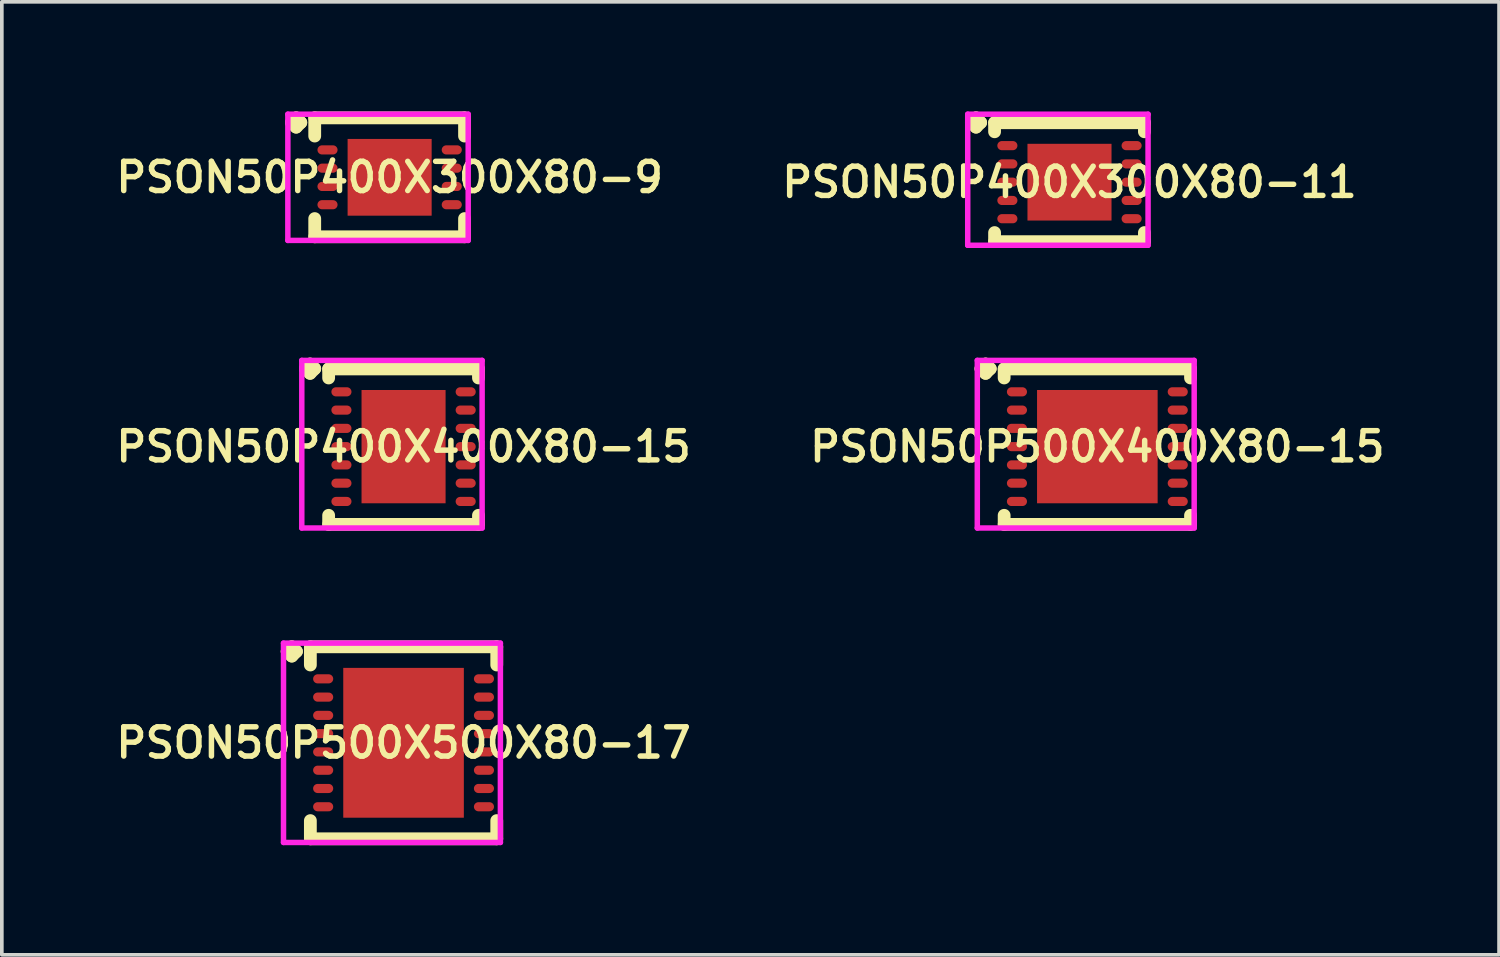
<source format=kicad_pcb>
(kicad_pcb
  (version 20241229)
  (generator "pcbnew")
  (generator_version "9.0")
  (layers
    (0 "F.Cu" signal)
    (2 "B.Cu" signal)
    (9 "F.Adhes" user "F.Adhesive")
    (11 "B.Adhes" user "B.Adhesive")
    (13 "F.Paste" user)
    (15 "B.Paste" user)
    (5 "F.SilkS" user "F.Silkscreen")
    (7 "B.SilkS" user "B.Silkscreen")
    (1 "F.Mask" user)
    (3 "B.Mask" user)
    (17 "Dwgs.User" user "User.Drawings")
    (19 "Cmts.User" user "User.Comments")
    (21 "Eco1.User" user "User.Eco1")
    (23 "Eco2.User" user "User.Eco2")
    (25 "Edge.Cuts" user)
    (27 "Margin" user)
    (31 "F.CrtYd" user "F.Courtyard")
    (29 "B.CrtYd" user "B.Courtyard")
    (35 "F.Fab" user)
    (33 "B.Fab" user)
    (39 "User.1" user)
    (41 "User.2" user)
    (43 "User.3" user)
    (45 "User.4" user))
  (footprint "PSON50P500X500X80-17"
    (layer "F.Cu")
    (at 7.993 17.276)
    (property "Reference" "PSON50P500X500X80-17" (at 0 0 0) (layer "F.SilkS") (effects (font (size 0.8 0.8) (thickness 0.15))))
    (attr through_hole)
    (fp_line (start -3.185 -2.5) (end -3.058 -2.627) (stroke (width 0.35) (type solid)) (layer "F.SilkS"))
    (fp_line (start -3.058 -2.627) (end -2.931 -2.5) (stroke (width 0.35) (type solid)) (layer "F.SilkS"))
    (fp_line (start -3.058 -2.373) (end -3.185 -2.5) (stroke (width 0.35) (type solid)) (layer "F.SilkS"))
    (fp_line (start -2.931 -2.5) (end -3.058 -2.373) (stroke (width 0.35) (type solid)) (layer "F.SilkS"))
    (fp_line (start -2.55 -2.627) (end 2.55 -2.627) (stroke (width 0.35) (type solid)) (layer "F.SilkS"))
    (fp_line (start -2.55 -2.129) (end -2.55 -2.627) (stroke (width 0.35) (type solid)) (layer "F.SilkS"))
    (fp_line (start -2.55 2.129) (end -2.55 2.627) (stroke (width 0.35) (type solid)) (layer "F.SilkS"))
    (fp_line (start -2.55 2.627) (end 2.55 2.627) (stroke (width 0.35) (type solid)) (layer "F.SilkS"))
    (fp_line (start 2.55 -2.627) (end 2.55 -2.129) (stroke (width 0.35) (type solid)) (layer "F.SilkS"))
    (fp_line (start 2.55 2.627) (end 2.55 2.129) (stroke (width 0.35) (type solid)) (layer "F.SilkS"))
    (fp_line (start -3.285 -2.727) (end 2.65 -2.727) (stroke (width 0.15) (type solid)) (layer "F.CrtYd"))
    (fp_line (start -3.285 2.727) (end -3.285 -2.727) (stroke (width 0.15) (type solid)) (layer "F.CrtYd"))
    (fp_line (start 2.65 -2.727) (end 2.65 2.727) (stroke (width 0.15) (type solid)) (layer "F.CrtYd"))
    (fp_line (start 2.65 2.727) (end -3.285 2.727) (stroke (width 0.15) (type solid)) (layer "F.CrtYd"))
    (pad "1" smd oval (at -2.2 -1.75) (size 0.55 0.25) (layers "F.Cu" "F.Mask" "F.Paste"))
    (pad "2" smd oval (at -2.2 -1.25) (size 0.55 0.25) (layers "F.Cu" "F.Mask" "F.Paste"))
    (pad "3" smd oval (at -2.2 -0.75) (size 0.55 0.25) (layers "F.Cu" "F.Mask" "F.Paste"))
    (pad "4" smd oval (at -2.2 -0.25) (size 0.55 0.25) (layers "F.Cu" "F.Mask" "F.Paste"))
    (pad "5" smd oval (at -2.2 0.25) (size 0.55 0.25) (layers "F.Cu" "F.Mask" "F.Paste"))
    (pad "6" smd oval (at -2.2 0.75) (size 0.55 0.25) (layers "F.Cu" "F.Mask" "F.Paste"))
    (pad "7" smd oval (at -2.2 1.25) (size 0.55 0.25) (layers "F.Cu" "F.Mask" "F.Paste"))
    (pad "8" smd oval (at -2.2 1.75) (size 0.55 0.25) (layers "F.Cu" "F.Mask" "F.Paste"))
    (pad "9" smd oval (at 2.2 1.75) (size 0.55 0.25) (layers "F.Cu" "F.Mask" "F.Paste"))
    (pad "10" smd oval (at 2.2 1.25) (size 0.55 0.25) (layers "F.Cu" "F.Mask" "F.Paste"))
    (pad "11" smd oval (at 2.2 0.75) (size 0.55 0.25) (layers "F.Cu" "F.Mask" "F.Paste"))
    (pad "12" smd oval (at 2.2 0.25) (size 0.55 0.25) (layers "F.Cu" "F.Mask" "F.Paste"))
    (pad "13" smd oval (at 2.2 -0.25) (size 0.55 0.25) (layers "F.Cu" "F.Mask" "F.Paste"))
    (pad "14" smd oval (at 2.2 -0.75) (size 0.55 0.25) (layers "F.Cu" "F.Mask" "F.Paste"))
    (pad "15" smd oval (at 2.2 -1.25) (size 0.55 0.25) (layers "F.Cu" "F.Mask" "F.Paste"))
    (pad "16" smd oval (at 2.2 -1.75) (size 0.55 0.25) (layers "F.Cu" "F.Mask" "F.Paste"))
    (pad "17" smd rect (at 0 0) (size 3.3 4.1) (layers "F.Cu" "F.Mask" "F.Paste")))
  (footprint "PSON50P400X400X80-15"
    (layer "F.Cu")
    (at 7.993 9.172)
    (property "Reference" "PSON50P400X400X80-15" (at 0 0 0) (layer "F.SilkS") (effects (font (size 0.8 0.8) (thickness 0.15))))
    (attr smd)
    (fp_line (start -2.685 -2.133) (end -2.558 -2.26) (stroke (width 0.35) (type solid)) (layer "F.SilkS"))
    (fp_line (start -2.558 -2.26) (end -2.431 -2.133) (stroke (width 0.35) (type solid)) (layer "F.SilkS"))
    (fp_line (start -2.558 -2.006) (end -2.685 -2.133) (stroke (width 0.35) (type solid)) (layer "F.SilkS"))
    (fp_line (start -2.431 -2.133) (end -2.558 -2.006) (stroke (width 0.35) (type solid)) (layer "F.SilkS"))
    (fp_line (start -2.05 -2.127) (end 2.05 -2.127) (stroke (width 0.35) (type solid)) (layer "F.SilkS"))
    (fp_line (start -2.05 -1.879) (end -2.05 -2.127) (stroke (width 0.35) (type solid)) (layer "F.SilkS"))
    (fp_line (start -2.05 1.879) (end -2.05 2.127) (stroke (width 0.35) (type solid)) (layer "F.SilkS"))
    (fp_line (start -2.05 2.127) (end 2.05 2.127) (stroke (width 0.35) (type solid)) (layer "F.SilkS"))
    (fp_line (start 2.05 -2.127) (end 2.05 -1.879) (stroke (width 0.35) (type solid)) (layer "F.SilkS"))
    (fp_line (start 2.05 2.127) (end 2.05 1.879) (stroke (width 0.35) (type solid)) (layer "F.SilkS"))
    (fp_line (start -2.785 -2.36) (end 2.15 -2.36) (stroke (width 0.15) (type solid)) (layer "F.CrtYd"))
    (fp_line (start -2.785 2.227) (end -2.785 -2.36) (stroke (width 0.15) (type solid)) (layer "F.CrtYd"))
    (fp_line (start 2.15 -2.36) (end 2.15 2.227) (stroke (width 0.15) (type solid)) (layer "F.CrtYd"))
    (fp_line (start 2.15 2.227) (end -2.785 2.227) (stroke (width 0.15) (type solid)) (layer "F.CrtYd"))
    (pad "1" smd oval (at -1.7 -1.5) (size 0.55 0.25) (layers "F.Cu" "F.Mask" "F.Paste"))
    (pad "2" smd oval (at -1.7 -1) (size 0.55 0.25) (layers "F.Cu" "F.Mask" "F.Paste"))
    (pad "3" smd oval (at -1.7 -0.5) (size 0.55 0.25) (layers "F.Cu" "F.Mask" "F.Paste"))
    (pad "4" smd oval (at -1.7 0) (size 0.55 0.25) (layers "F.Cu" "F.Mask" "F.Paste"))
    (pad "5" smd oval (at -1.7 0.5) (size 0.55 0.25) (layers "F.Cu" "F.Mask" "F.Paste"))
    (pad "6" smd oval (at -1.7 1) (size 0.55 0.25) (layers "F.Cu" "F.Mask" "F.Paste"))
    (pad "7" smd oval (at -1.7 1.5) (size 0.55 0.25) (layers "F.Cu" "F.Mask" "F.Paste"))
    (pad "8" smd oval (at 1.7 1.5) (size 0.55 0.25) (layers "F.Cu" "F.Mask" "F.Paste"))
    (pad "9" smd oval (at 1.7 1) (size 0.55 0.25) (layers "F.Cu" "F.Mask" "F.Paste"))
    (pad "10" smd oval (at 1.7 0.5) (size 0.55 0.25) (layers "F.Cu" "F.Mask" "F.Paste"))
    (pad "11" smd oval (at 1.7 0) (size 0.55 0.25) (layers "F.Cu" "F.Mask" "F.Paste"))
    (pad "12" smd oval (at 1.7 -0.5) (size 0.55 0.25) (layers "F.Cu" "F.Mask" "F.Paste"))
    (pad "13" smd oval (at 1.7 -1) (size 0.55 0.25) (layers "F.Cu" "F.Mask" "F.Paste"))
    (pad "14" smd oval (at 1.7 -1.5) (size 0.55 0.25) (layers "F.Cu" "F.Mask" "F.Paste"))
    (pad "15" smd rect (at 0 0) (size 2.3 3.1) (layers "F.Cu" "F.Mask" "F.Paste")))
  (footprint "PSON50P400X300X80-9"
    (layer "F.Cu")
    (at 7.612 1.802)
    (property "Reference" "PSON50P400X300X80-9" (at 0 0 0) (layer "F.SilkS") (effects (font (size 0.8 0.8) (thickness 0.15))))
    (attr smd)
    (fp_line (start -2.685 -1.5) (end -2.558 -1.627) (stroke (width 0.35) (type solid)) (layer "F.SilkS"))
    (fp_line (start -2.558 -1.627) (end -2.431 -1.5) (stroke (width 0.35) (type solid)) (layer "F.SilkS"))
    (fp_line (start -2.558 -1.373) (end -2.685 -1.5) (stroke (width 0.35) (type solid)) (layer "F.SilkS"))
    (fp_line (start -2.431 -1.5) (end -2.558 -1.373) (stroke (width 0.35) (type solid)) (layer "F.SilkS"))
    (fp_line (start -2.05 -1.627) (end 2.05 -1.627) (stroke (width 0.35) (type solid)) (layer "F.SilkS"))
    (fp_line (start -2.05 -1.129) (end -2.05 -1.627) (stroke (width 0.35) (type solid)) (layer "F.SilkS"))
    (fp_line (start -2.05 1.129) (end -2.05 1.627) (stroke (width 0.35) (type solid)) (layer "F.SilkS"))
    (fp_line (start -2.05 1.627) (end 2.05 1.627) (stroke (width 0.35) (type solid)) (layer "F.SilkS"))
    (fp_line (start 2.05 -1.627) (end 2.05 -1.129) (stroke (width 0.35) (type solid)) (layer "F.SilkS"))
    (fp_line (start 2.05 1.627) (end 2.05 1.129) (stroke (width 0.35) (type solid)) (layer "F.SilkS"))
    (fp_line (start -2.785 -1.727) (end 2.15 -1.727) (stroke (width 0.15) (type solid)) (layer "F.CrtYd"))
    (fp_line (start -2.785 1.727) (end -2.785 -1.727) (stroke (width 0.15) (type solid)) (layer "F.CrtYd"))
    (fp_line (start 2.15 -1.727) (end 2.15 1.727) (stroke (width 0.15) (type solid)) (layer "F.CrtYd"))
    (fp_line (start 2.15 1.727) (end -2.785 1.727) (stroke (width 0.15) (type solid)) (layer "F.CrtYd"))
    (pad "1" smd oval (at -1.7 -0.75) (size 0.55 0.25) (layers "F.Cu" "F.Mask" "F.Paste"))
    (pad "2" smd oval (at -1.7 -0.25) (size 0.55 0.25) (layers "F.Cu" "F.Mask" "F.Paste"))
    (pad "3" smd oval (at -1.7 0.25) (size 0.55 0.25) (layers "F.Cu" "F.Mask" "F.Paste"))
    (pad "4" smd oval (at -1.7 0.75) (size 0.55 0.25) (layers "F.Cu" "F.Mask" "F.Paste"))
    (pad "5" smd oval (at 1.7 0.75) (size 0.55 0.25) (layers "F.Cu" "F.Mask" "F.Paste"))
    (pad "6" smd oval (at 1.7 0.25) (size 0.55 0.25) (layers "F.Cu" "F.Mask" "F.Paste"))
    (pad "7" smd oval (at 1.7 -0.25) (size 0.55 0.25) (layers "F.Cu" "F.Mask" "F.Paste"))
    (pad "8" smd oval (at 1.7 -0.75) (size 0.55 0.25) (layers "F.Cu" "F.Mask" "F.Paste"))
    (pad "9" smd rect (at 0 0) (size 2.3 2.1) (layers "F.Cu" "F.Mask" "F.Paste")))
  (footprint "PSON50P500X400X80-15"
    (layer "F.Cu")
    (at 26.978 9.172)
    (property "Reference" "PSON50P500X400X80-15" (at 0 0 0) (layer "F.SilkS") (effects (font (size 0.8 0.8) (thickness 0.15))))
    (attr smd)
    (fp_line (start -3.185 -2.133) (end -3.058 -2.26) (stroke (width 0.35) (type solid)) (layer "F.SilkS"))
    (fp_line (start -3.058 -2.26) (end -2.931 -2.133) (stroke (width 0.35) (type solid)) (layer "F.SilkS"))
    (fp_line (start -3.058 -2.006) (end -3.185 -2.133) (stroke (width 0.35) (type solid)) (layer "F.SilkS"))
    (fp_line (start -2.931 -2.133) (end -3.058 -2.006) (stroke (width 0.35) (type solid)) (layer "F.SilkS"))
    (fp_line (start -2.55 -2.127) (end 2.55 -2.127) (stroke (width 0.35) (type solid)) (layer "F.SilkS"))
    (fp_line (start -2.55 -1.879) (end -2.55 -2.127) (stroke (width 0.35) (type solid)) (layer "F.SilkS"))
    (fp_line (start -2.55 1.879) (end -2.55 2.127) (stroke (width 0.35) (type solid)) (layer "F.SilkS"))
    (fp_line (start -2.55 2.127) (end 2.55 2.127) (stroke (width 0.35) (type solid)) (layer "F.SilkS"))
    (fp_line (start 2.55 -2.127) (end 2.55 -1.879) (stroke (width 0.35) (type solid)) (layer "F.SilkS"))
    (fp_line (start 2.55 2.127) (end 2.55 1.879) (stroke (width 0.35) (type solid)) (layer "F.SilkS"))
    (fp_line (start -3.285 -2.36) (end 2.65 -2.36) (stroke (width 0.15) (type solid)) (layer "F.CrtYd"))
    (fp_line (start -3.285 2.227) (end -3.285 -2.36) (stroke (width 0.15) (type solid)) (layer "F.CrtYd"))
    (fp_line (start 2.65 -2.36) (end 2.65 2.227) (stroke (width 0.15) (type solid)) (layer "F.CrtYd"))
    (fp_line (start 2.65 2.227) (end -3.285 2.227) (stroke (width 0.15) (type solid)) (layer "F.CrtYd"))
    (pad "1" smd oval (at -2.2 -1.5) (size 0.55 0.25) (layers "F.Cu" "F.Mask" "F.Paste"))
    (pad "2" smd oval (at -2.2 -1) (size 0.55 0.25) (layers "F.Cu" "F.Mask" "F.Paste"))
    (pad "3" smd oval (at -2.2 -0.5) (size 0.55 0.25) (layers "F.Cu" "F.Mask" "F.Paste"))
    (pad "4" smd oval (at -2.2 0) (size 0.55 0.25) (layers "F.Cu" "F.Mask" "F.Paste"))
    (pad "5" smd oval (at -2.2 0.5) (size 0.55 0.25) (layers "F.Cu" "F.Mask" "F.Paste"))
    (pad "6" smd oval (at -2.2 1) (size 0.55 0.25) (layers "F.Cu" "F.Mask" "F.Paste"))
    (pad "7" smd oval (at -2.2 1.5) (size 0.55 0.25) (layers "F.Cu" "F.Mask" "F.Paste"))
    (pad "8" smd oval (at 2.2 1.5) (size 0.55 0.25) (layers "F.Cu" "F.Mask" "F.Paste"))
    (pad "9" smd oval (at 2.2 1) (size 0.55 0.25) (layers "F.Cu" "F.Mask" "F.Paste"))
    (pad "10" smd oval (at 2.2 0.5) (size 0.55 0.25) (layers "F.Cu" "F.Mask" "F.Paste"))
    (pad "11" smd oval (at 2.2 0) (size 0.55 0.25) (layers "F.Cu" "F.Mask" "F.Paste"))
    (pad "12" smd oval (at 2.2 -0.5) (size 0.55 0.25) (layers "F.Cu" "F.Mask" "F.Paste"))
    (pad "13" smd oval (at 2.2 -1) (size 0.55 0.25) (layers "F.Cu" "F.Mask" "F.Paste"))
    (pad "14" smd oval (at 2.2 -1.5) (size 0.55 0.25) (layers "F.Cu" "F.Mask" "F.Paste"))
    (pad "15" smd rect (at 0 0) (size 3.3 3.1) (layers "F.Cu" "F.Mask" "F.Paste")))
  (footprint "PSON50P400X300X80-11"
    (layer "F.Cu")
    (at 26.216 1.935)
    (property "Reference" "PSON50P400X300X80-11" (at 0 0 0) (layer "F.SilkS") (effects (font (size 0.8 0.8) (thickness 0.15))))
    (attr smd)
    (fp_line (start -2.685 -1.633) (end -2.558 -1.76) (stroke (width 0.35) (type solid)) (layer "F.SilkS"))
    (fp_line (start -2.558 -1.76) (end -2.431 -1.633) (stroke (width 0.35) (type solid)) (layer "F.SilkS"))
    (fp_line (start -2.558 -1.506) (end -2.685 -1.633) (stroke (width 0.35) (type solid)) (layer "F.SilkS"))
    (fp_line (start -2.431 -1.633) (end -2.558 -1.506) (stroke (width 0.35) (type solid)) (layer "F.SilkS"))
    (fp_line (start -2.05 -1.627) (end 2.05 -1.627) (stroke (width 0.35) (type solid)) (layer "F.SilkS"))
    (fp_line (start -2.05 -1.379) (end -2.05 -1.627) (stroke (width 0.35) (type solid)) (layer "F.SilkS"))
    (fp_line (start -2.05 1.379) (end -2.05 1.627) (stroke (width 0.35) (type solid)) (layer "F.SilkS"))
    (fp_line (start -2.05 1.627) (end 2.05 1.627) (stroke (width 0.35) (type solid)) (layer "F.SilkS"))
    (fp_line (start 2.05 -1.627) (end 2.05 -1.379) (stroke (width 0.35) (type solid)) (layer "F.SilkS"))
    (fp_line (start 2.05 1.627) (end 2.05 1.379) (stroke (width 0.35) (type solid)) (layer "F.SilkS"))
    (fp_line (start -2.785 -1.86) (end 2.15 -1.86) (stroke (width 0.15) (type solid)) (layer "F.CrtYd"))
    (fp_line (start -2.785 1.727) (end -2.785 -1.86) (stroke (width 0.15) (type solid)) (layer "F.CrtYd"))
    (fp_line (start 2.15 -1.86) (end 2.15 1.727) (stroke (width 0.15) (type solid)) (layer "F.CrtYd"))
    (fp_line (start 2.15 1.727) (end -2.785 1.727) (stroke (width 0.15) (type solid)) (layer "F.CrtYd"))
    (pad "1" smd oval (at -1.7 -1) (size 0.55 0.25) (layers "F.Cu" "F.Mask" "F.Paste"))
    (pad "2" smd oval (at -1.7 -0.5) (size 0.55 0.25) (layers "F.Cu" "F.Mask" "F.Paste"))
    (pad "3" smd oval (at -1.7 0) (size 0.55 0.25) (layers "F.Cu" "F.Mask" "F.Paste"))
    (pad "4" smd oval (at -1.7 0.5) (size 0.55 0.25) (layers "F.Cu" "F.Mask" "F.Paste"))
    (pad "5" smd oval (at -1.7 1) (size 0.55 0.25) (layers "F.Cu" "F.Mask" "F.Paste"))
    (pad "6" smd oval (at 1.7 1) (size 0.55 0.25) (layers "F.Cu" "F.Mask" "F.Paste"))
    (pad "7" smd oval (at 1.7 0.5) (size 0.55 0.25) (layers "F.Cu" "F.Mask" "F.Paste"))
    (pad "8" smd oval (at 1.7 0) (size 0.55 0.25) (layers "F.Cu" "F.Mask" "F.Paste"))
    (pad "9" smd oval (at 1.7 -0.5) (size 0.55 0.25) (layers "F.Cu" "F.Mask" "F.Paste"))
    (pad "10" smd oval (at 1.7 -1) (size 0.55 0.25) (layers "F.Cu" "F.Mask" "F.Paste"))
    (pad "11" smd rect (at 0 0) (size 2.3 2.1) (layers "F.Cu" "F.Mask" "F.Paste")))
  (gr_rect
    (start -3 -3)
    (end 37.97 23.078)
    (stroke (width 0.1) (type default))
    (fill no)
    (layer "Edge.Cuts")))
</source>
